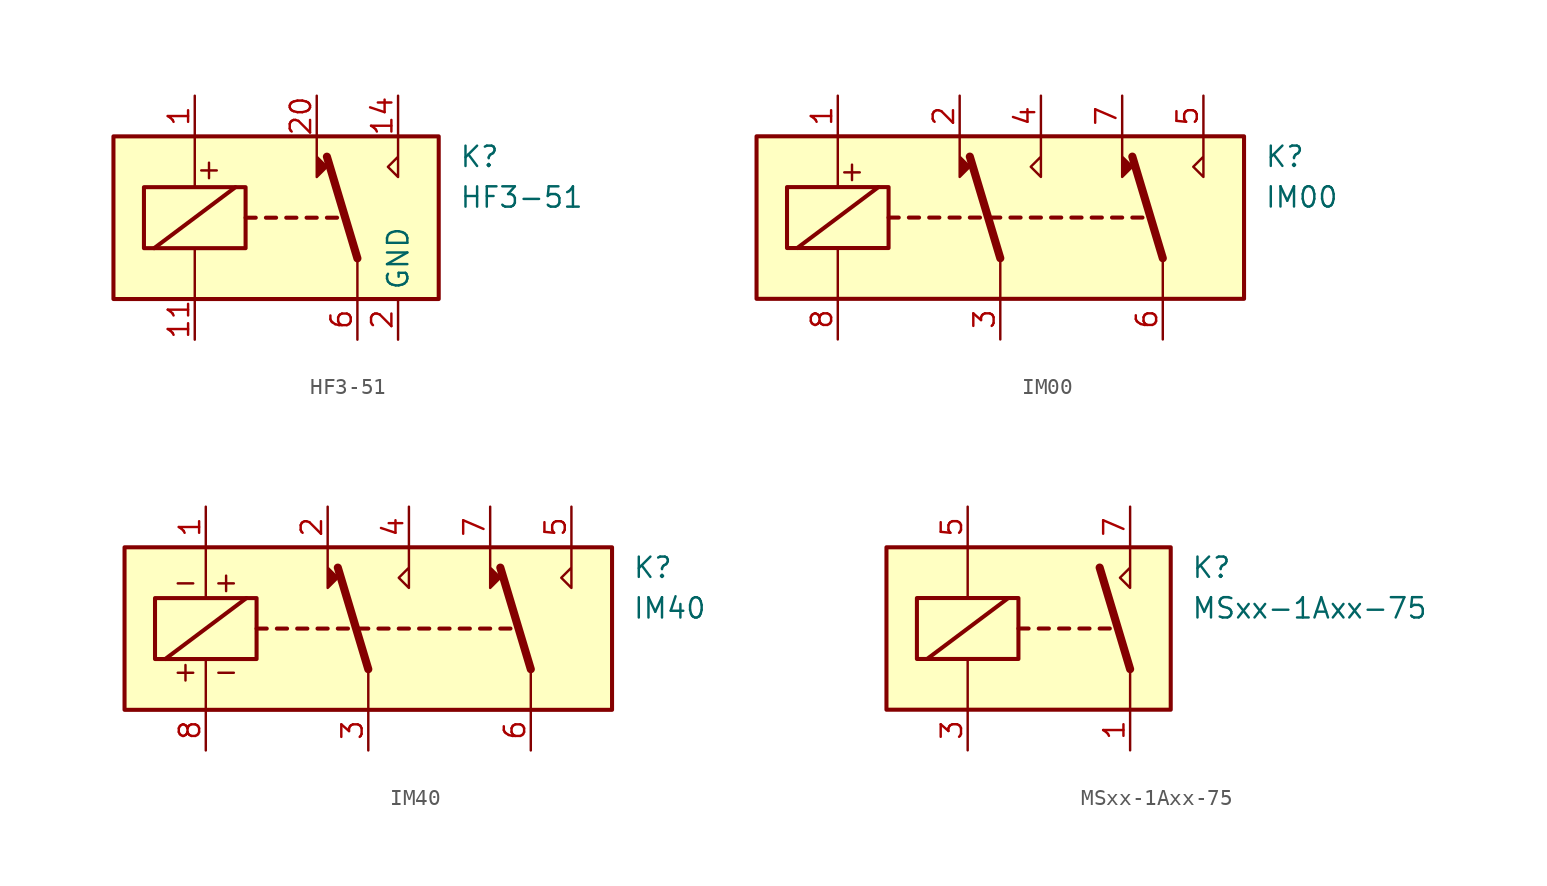
<source format=kicad_sym>
(kicad_symbol_lib
  (version 20211014)
  (generator kicad_symbol_editor)
  (symbol "HF3-51"
    (property "Reference" "K"
      (at 11.43 3.81 0)
      (effects (font (size 1.27 1.27)) (justify left)))
    (property "Value" "HF3-51"
      (at 11.43 1.27 0)
      (effects (font (size 1.27 1.27)) (justify left)))
    (symbol "HF3-51_0_0"
      (polyline (pts (xy 7.62 5.08) (xy 7.62 2.54) (xy 6.985 3.175) (xy 7.62 3.81)) (stroke (width 0) (type default) (color 0 0 0 0)) (fill (type none)))
      (text "+" (at -4.191 3.048 0) (effects (font (size 1.27 1.27)))))
    (symbol "HF3-51_0_1"
      (rectangle (start -10.16 5.08) (end 10.16 -5.08) (stroke (width 0.254) (type default) (color 0 0 0 0)) (fill (type background)))
      (rectangle (start -8.255 1.905) (end -1.905 -1.905) (stroke (width 0.254) (type default) (color 0 0 0 0)) (fill (type none)))
      (polyline (pts (xy -7.62 -1.905) (xy -2.54 1.905)) (stroke (width 0.254) (type default) (color 0 0 0 0)) (fill (type none)))
      (polyline (pts (xy -5.08 -5.08) (xy -5.08 -1.905)) (stroke (width 0) (type default) (color 0 0 0 0)) (fill (type none)))
      (polyline (pts (xy -5.08 5.08) (xy -5.08 1.905)) (stroke (width 0) (type default) (color 0 0 0 0)) (fill (type none)))
      (polyline (pts (xy -1.905 0) (xy -1.27 0)) (stroke (width 0.254) (type default) (color 0 0 0 0)) (fill (type none)))
      (polyline (pts (xy -0.635 0) (xy 0 0)) (stroke (width 0.254) (type default) (color 0 0 0 0)) (fill (type none)))
      (polyline (pts (xy 0.635 0) (xy 1.27 0)) (stroke (width 0.254) (type default) (color 0 0 0 0)) (fill (type none)))
      (polyline (pts (xy 1.905 0) (xy 2.54 0)) (stroke (width 0.254) (type default) (color 0 0 0 0)) (fill (type none)))
      (polyline (pts (xy 3.175 0) (xy 3.81 0)) (stroke (width 0.254) (type default) (color 0 0 0 0)) (fill (type none)))
      (polyline (pts (xy 5.08 -2.54) (xy 3.175 3.81)) (stroke (width 0.508) (type default) (color 0 0 0 0)) (fill (type none)))
      (polyline (pts (xy 5.08 -2.54) (xy 5.08 -5.08)) (stroke (width 0) (type default) (color 0 0 0 0)) (fill (type none)))
      (polyline (pts (xy 2.54 5.08) (xy 2.54 2.54) (xy 3.175 3.175) (xy 2.54 3.81)) (stroke (width 0) (type default) (color 0 0 0 0)) (fill (type outline))))
    (symbol "HF3-51_1_1"
      (pin passive line (at -5.08 7.62 270) (length 2.54) (name "~" (effects (font (size 1.27 1.27)))) (number "1" (effects (font (size 1.27 1.27)))))
      (pin passive line (at 7.62 -7.62 90) (length 2.54) hide (name "GND" (effects (font (size 1.27 1.27)))) (number "10" (effects (font (size 1.27 1.27)))))
      (pin passive line (at -5.08 -7.62 90) (length 2.54) (name "~" (effects (font (size 1.27 1.27)))) (number "11" (effects (font (size 1.27 1.27)))))
      (pin passive line (at 7.62 -7.62 90) (length 2.54) hide (name "GND" (effects (font (size 1.27 1.27)))) (number "12" (effects (font (size 1.27 1.27)))))
      (pin passive line (at 7.62 -7.62 90) (length 2.54) hide (name "GND" (effects (font (size 1.27 1.27)))) (number "13" (effects (font (size 1.27 1.27)))))
      (pin passive line (at 7.62 7.62 270) (length 2.54) (name "~" (effects (font (size 1.27 1.27)))) (number "14" (effects (font (size 1.27 1.27)))))
      (pin passive line (at 7.62 -7.62 90) (length 2.54) hide (name "GND" (effects (font (size 1.27 1.27)))) (number "15" (effects (font (size 1.27 1.27)))))
      (pin passive line (at 7.62 -7.62 90) (length 2.54) hide (name "GND" (effects (font (size 1.27 1.27)))) (number "17" (effects (font (size 1.27 1.27)))))
      (pin passive line (at 7.62 -7.62 90) (length 2.54) hide (name "GND" (effects (font (size 1.27 1.27)))) (number "19" (effects (font (size 1.27 1.27)))))
      (pin power_in line (at 7.62 -7.62 90) (length 2.54) (name "GND" (effects (font (size 1.27 1.27)))) (number "2" (effects (font (size 1.27 1.27)))))
      (pin passive line (at 2.54 7.62 270) (length 2.54) (name "~" (effects (font (size 1.27 1.27)))) (number "20" (effects (font (size 1.27 1.27)))))
      (pin passive line (at 7.62 -7.62 90) (length 2.54) hide (name "GND" (effects (font (size 1.27 1.27)))) (number "21" (effects (font (size 1.27 1.27)))))
      (pin passive line (at 7.62 -7.62 90) (length 2.54) hide (name "GND" (effects (font (size 1.27 1.27)))) (number "22" (effects (font (size 1.27 1.27)))))
      (pin passive line (at 7.62 -7.62 90) (length 2.54) hide (name "GND" (effects (font (size 1.27 1.27)))) (number "5" (effects (font (size 1.27 1.27)))))
      (pin passive line (at 5.08 -7.62 90) (length 2.54) (name "~" (effects (font (size 1.27 1.27)))) (number "6" (effects (font (size 1.27 1.27)))))
      (pin passive line (at 7.62 -7.62 90) (length 2.54) hide (name "GND" (effects (font (size 1.27 1.27)))) (number "7" (effects (font (size 1.27 1.27)))))))
  (symbol "IM00"
    (property "Reference" "K"
      (at 16.51 3.81 0)
      (effects (font (size 1.27 1.27)) (justify left)))
    (property "Value" "IM00"
      (at 16.51 1.27 0)
      (effects (font (size 1.27 1.27)) (justify left)))
    (symbol "IM00_0_0"
      (text "+" (at -9.271 2.921 0) (effects (font (size 1.27 1.27)))))
    (symbol "IM00_0_1"
      (rectangle (start -15.24 5.08) (end 15.24 -5.08) (stroke (width 0.254) (type default) (color 0 0 0 0)) (fill (type background)))
      (rectangle (start -13.335 1.905) (end -6.985 -1.905) (stroke (width 0.254) (type default) (color 0 0 0 0)) (fill (type none)))
      (polyline (pts (xy -12.7 -1.905) (xy -7.62 1.905)) (stroke (width 0.254) (type default) (color 0 0 0 0)) (fill (type none)))
      (polyline (pts (xy -10.16 -5.08) (xy -10.16 -1.905)) (stroke (width 0) (type default) (color 0 0 0 0)) (fill (type none)))
      (polyline (pts (xy -10.16 5.08) (xy -10.16 1.905)) (stroke (width 0) (type default) (color 0 0 0 0)) (fill (type none)))
      (polyline (pts (xy -6.985 0) (xy -6.35 0)) (stroke (width 0.254) (type default) (color 0 0 0 0)) (fill (type none)))
      (polyline (pts (xy -5.715 0) (xy -5.08 0)) (stroke (width 0.254) (type default) (color 0 0 0 0)) (fill (type none)))
      (polyline (pts (xy -4.445 0) (xy -3.81 0)) (stroke (width 0.254) (type default) (color 0 0 0 0)) (fill (type none)))
      (polyline (pts (xy -3.175 0) (xy -2.54 0)) (stroke (width 0.254) (type default) (color 0 0 0 0)) (fill (type none)))
      (polyline (pts (xy -1.905 0) (xy -1.27 0)) (stroke (width 0.254) (type default) (color 0 0 0 0)) (fill (type none)))
      (polyline (pts (xy -0.635 0) (xy 0 0)) (stroke (width 0.254) (type default) (color 0 0 0 0)) (fill (type none)))
      (polyline (pts (xy 0 -2.54) (xy -1.905 3.81)) (stroke (width 0.508) (type default) (color 0 0 0 0)) (fill (type none)))
      (polyline (pts (xy 0 -2.54) (xy 0 -5.08)) (stroke (width 0) (type default) (color 0 0 0 0)) (fill (type none)))
      (polyline (pts (xy 0.635 0) (xy 1.27 0)) (stroke (width 0.254) (type default) (color 0 0 0 0)) (fill (type none)))
      (polyline (pts (xy 1.905 0) (xy 2.54 0)) (stroke (width 0.254) (type default) (color 0 0 0 0)) (fill (type none)))
      (polyline (pts (xy 3.175 0) (xy 3.81 0)) (stroke (width 0.254) (type default) (color 0 0 0 0)) (fill (type none)))
      (polyline (pts (xy 4.445 0) (xy 5.08 0)) (stroke (width 0.254) (type default) (color 0 0 0 0)) (fill (type none)))
      (polyline (pts (xy 5.715 0) (xy 6.35 0)) (stroke (width 0.254) (type default) (color 0 0 0 0)) (fill (type none)))
      (polyline (pts (xy 6.985 0) (xy 7.62 0)) (stroke (width 0.254) (type default) (color 0 0 0 0)) (fill (type none)))
      (polyline (pts (xy 8.255 0) (xy 8.89 0)) (stroke (width 0.254) (type default) (color 0 0 0 0)) (fill (type none)))
      (polyline (pts (xy 10.16 -2.54) (xy 8.255 3.81)) (stroke (width 0.508) (type default) (color 0 0 0 0)) (fill (type none)))
      (polyline (pts (xy 10.16 -2.54) (xy 10.16 -5.08)) (stroke (width 0) (type default) (color 0 0 0 0)) (fill (type none)))
      (polyline (pts (xy -2.54 5.08) (xy -2.54 2.54) (xy -1.905 3.175) (xy -2.54 3.81)) (stroke (width 0) (type default) (color 0 0 0 0)) (fill (type outline)))
      (polyline (pts (xy 2.54 5.08) (xy 2.54 2.54) (xy 1.905 3.175) (xy 2.54 3.81)) (stroke (width 0) (type default) (color 0 0 0 0)) (fill (type none)))
      (polyline (pts (xy 7.62 5.08) (xy 7.62 2.54) (xy 8.255 3.175) (xy 7.62 3.81)) (stroke (width 0) (type default) (color 0 0 0 0)) (fill (type outline)))
      (polyline (pts (xy 12.7 5.08) (xy 12.7 2.54) (xy 12.065 3.175) (xy 12.7 3.81)) (stroke (width 0) (type default) (color 0 0 0 0)) (fill (type none))))
    (symbol "IM00_1_1"
      (pin passive line (at -10.16 7.62 270) (length 2.54) (name "~" (effects (font (size 1.27 1.27)))) (number "1" (effects (font (size 1.27 1.27)))))
      (pin passive line (at -2.54 7.62 270) (length 2.54) (name "~" (effects (font (size 1.27 1.27)))) (number "2" (effects (font (size 1.27 1.27)))))
      (pin passive line (at 0 -7.62 90) (length 2.54) (name "~" (effects (font (size 1.27 1.27)))) (number "3" (effects (font (size 1.27 1.27)))))
      (pin passive line (at 2.54 7.62 270) (length 2.54) (name "~" (effects (font (size 1.27 1.27)))) (number "4" (effects (font (size 1.27 1.27)))))
      (pin passive line (at 12.7 7.62 270) (length 2.54) (name "~" (effects (font (size 1.27 1.27)))) (number "5" (effects (font (size 1.27 1.27)))))
      (pin passive line (at 10.16 -7.62 90) (length 2.54) (name "~" (effects (font (size 1.27 1.27)))) (number "6" (effects (font (size 1.27 1.27)))))
      (pin passive line (at 7.62 7.62 270) (length 2.54) (name "~" (effects (font (size 1.27 1.27)))) (number "7" (effects (font (size 1.27 1.27)))))
      (pin passive line (at -10.16 -7.62 90) (length 2.54) (name "~" (effects (font (size 1.27 1.27)))) (number "8" (effects (font (size 1.27 1.27)))))))
  (symbol "IM40"
    (property "Reference" "K"
      (at 16.51 3.81 0)
      (effects (font (size 1.27 1.27)) (justify left)))
    (property "Value" "IM40"
      (at 16.51 1.27 0)
      (effects (font (size 1.27 1.27)) (justify left)))
    (symbol "IM40_0_0"
      (text "+ -" (at -10.16 -2.667 0) (effects (font (size 1.27 1.27))))
      (text "- +" (at -10.16 2.921 0) (effects (font (size 1.27 1.27)))))
    (symbol "IM40_0_1"
      (rectangle (start -15.24 5.08) (end 15.24 -5.08) (stroke (width 0.254) (type default) (color 0 0 0 0)) (fill (type background)))
      (rectangle (start -13.335 1.905) (end -6.985 -1.905) (stroke (width 0.254) (type default) (color 0 0 0 0)) (fill (type none)))
      (polyline (pts (xy -12.7 -1.905) (xy -7.62 1.905)) (stroke (width 0.254) (type default) (color 0 0 0 0)) (fill (type none)))
      (polyline (pts (xy -10.16 -5.08) (xy -10.16 -1.905)) (stroke (width 0) (type default) (color 0 0 0 0)) (fill (type none)))
      (polyline (pts (xy -10.16 5.08) (xy -10.16 1.905)) (stroke (width 0) (type default) (color 0 0 0 0)) (fill (type none)))
      (polyline (pts (xy -6.985 0) (xy -6.35 0)) (stroke (width 0.254) (type default) (color 0 0 0 0)) (fill (type none)))
      (polyline (pts (xy -5.715 0) (xy -5.08 0)) (stroke (width 0.254) (type default) (color 0 0 0 0)) (fill (type none)))
      (polyline (pts (xy -4.445 0) (xy -3.81 0)) (stroke (width 0.254) (type default) (color 0 0 0 0)) (fill (type none)))
      (polyline (pts (xy -3.175 0) (xy -2.54 0)) (stroke (width 0.254) (type default) (color 0 0 0 0)) (fill (type none)))
      (polyline (pts (xy -1.905 0) (xy -1.27 0)) (stroke (width 0.254) (type default) (color 0 0 0 0)) (fill (type none)))
      (polyline (pts (xy -0.635 0) (xy 0 0)) (stroke (width 0.254) (type default) (color 0 0 0 0)) (fill (type none)))
      (polyline (pts (xy 0 -2.54) (xy -1.905 3.81)) (stroke (width 0.508) (type default) (color 0 0 0 0)) (fill (type none)))
      (polyline (pts (xy 0 -2.54) (xy 0 -5.08)) (stroke (width 0) (type default) (color 0 0 0 0)) (fill (type none)))
      (polyline (pts (xy 0.635 0) (xy 1.27 0)) (stroke (width 0.254) (type default) (color 0 0 0 0)) (fill (type none)))
      (polyline (pts (xy 1.905 0) (xy 2.54 0)) (stroke (width 0.254) (type default) (color 0 0 0 0)) (fill (type none)))
      (polyline (pts (xy 3.175 0) (xy 3.81 0)) (stroke (width 0.254) (type default) (color 0 0 0 0)) (fill (type none)))
      (polyline (pts (xy 4.445 0) (xy 5.08 0)) (stroke (width 0.254) (type default) (color 0 0 0 0)) (fill (type none)))
      (polyline (pts (xy 5.715 0) (xy 6.35 0)) (stroke (width 0.254) (type default) (color 0 0 0 0)) (fill (type none)))
      (polyline (pts (xy 6.985 0) (xy 7.62 0)) (stroke (width 0.254) (type default) (color 0 0 0 0)) (fill (type none)))
      (polyline (pts (xy 8.255 0) (xy 8.89 0)) (stroke (width 0.254) (type default) (color 0 0 0 0)) (fill (type none)))
      (polyline (pts (xy 10.16 -2.54) (xy 8.255 3.81)) (stroke (width 0.508) (type default) (color 0 0 0 0)) (fill (type none)))
      (polyline (pts (xy 10.16 -2.54) (xy 10.16 -5.08)) (stroke (width 0) (type default) (color 0 0 0 0)) (fill (type none)))
      (polyline (pts (xy -2.54 5.08) (xy -2.54 2.54) (xy -1.905 3.175) (xy -2.54 3.81)) (stroke (width 0) (type default) (color 0 0 0 0)) (fill (type outline)))
      (polyline (pts (xy 2.54 5.08) (xy 2.54 2.54) (xy 1.905 3.175) (xy 2.54 3.81)) (stroke (width 0) (type default) (color 0 0 0 0)) (fill (type none)))
      (polyline (pts (xy 7.62 5.08) (xy 7.62 2.54) (xy 8.255 3.175) (xy 7.62 3.81)) (stroke (width 0) (type default) (color 0 0 0 0)) (fill (type outline)))
      (polyline (pts (xy 12.7 5.08) (xy 12.7 2.54) (xy 12.065 3.175) (xy 12.7 3.81)) (stroke (width 0) (type default) (color 0 0 0 0)) (fill (type none))))
    (symbol "IM40_1_1"
      (pin passive line (at -10.16 7.62 270) (length 2.54) (name "~" (effects (font (size 1.27 1.27)))) (number "1" (effects (font (size 1.27 1.27)))))
      (pin passive line (at -2.54 7.62 270) (length 2.54) (name "~" (effects (font (size 1.27 1.27)))) (number "2" (effects (font (size 1.27 1.27)))))
      (pin passive line (at 0 -7.62 90) (length 2.54) (name "~" (effects (font (size 1.27 1.27)))) (number "3" (effects (font (size 1.27 1.27)))))
      (pin passive line (at 2.54 7.62 270) (length 2.54) (name "~" (effects (font (size 1.27 1.27)))) (number "4" (effects (font (size 1.27 1.27)))))
      (pin passive line (at 12.7 7.62 270) (length 2.54) (name "~" (effects (font (size 1.27 1.27)))) (number "5" (effects (font (size 1.27 1.27)))))
      (pin passive line (at 10.16 -7.62 90) (length 2.54) (name "~" (effects (font (size 1.27 1.27)))) (number "6" (effects (font (size 1.27 1.27)))))
      (pin passive line (at 7.62 7.62 270) (length 2.54) (name "~" (effects (font (size 1.27 1.27)))) (number "7" (effects (font (size 1.27 1.27)))))
      (pin passive line (at -10.16 -7.62 90) (length 2.54) (name "~" (effects (font (size 1.27 1.27)))) (number "8" (effects (font (size 1.27 1.27)))))))
  (symbol "MSxx-1Axx-75"
    (property "Reference" "K"
      (at 8.89 3.81 0)
      (effects (font (size 1.27 1.27)) (justify left)))
    (property "Value" "MSxx-1Axx-75"
      (at 8.89 1.27 0)
      (effects (font (size 1.27 1.27)) (justify left)))
    (symbol "MSxx-1Axx-75_0_0"
      (polyline (pts (xy 5.08 5.08) (xy 5.08 2.54) (xy 4.445 3.175) (xy 5.08 3.81)) (stroke (width 0) (type default) (color 0 0 0 0)) (fill (type none))))
    (symbol "MSxx-1Axx-75_0_1"
      (rectangle (start -10.16 5.08) (end 7.62 -5.08) (stroke (width 0.254) (type default) (color 0 0 0 0)) (fill (type background)))
      (rectangle (start -8.255 1.905) (end -1.905 -1.905) (stroke (width 0.254) (type default) (color 0 0 0 0)) (fill (type none)))
      (polyline (pts (xy -7.62 -1.905) (xy -2.54 1.905)) (stroke (width 0.254) (type default) (color 0 0 0 0)) (fill (type none)))
      (polyline (pts (xy -5.08 -5.08) (xy -5.08 -1.905)) (stroke (width 0) (type default) (color 0 0 0 0)) (fill (type none)))
      (polyline (pts (xy -5.08 5.08) (xy -5.08 1.905)) (stroke (width 0) (type default) (color 0 0 0 0)) (fill (type none)))
      (polyline (pts (xy -1.905 0) (xy -1.27 0)) (stroke (width 0.254) (type default) (color 0 0 0 0)) (fill (type none)))
      (polyline (pts (xy -0.635 0) (xy 0 0)) (stroke (width 0.254) (type default) (color 0 0 0 0)) (fill (type none)))
      (polyline (pts (xy 0.635 0) (xy 1.27 0)) (stroke (width 0.254) (type default) (color 0 0 0 0)) (fill (type none)))
      (polyline (pts (xy 1.905 0) (xy 2.54 0)) (stroke (width 0.254) (type default) (color 0 0 0 0)) (fill (type none)))
      (polyline (pts (xy 3.175 0) (xy 3.81 0)) (stroke (width 0.254) (type default) (color 0 0 0 0)) (fill (type none)))
      (polyline (pts (xy 5.08 -2.54) (xy 3.175 3.81)) (stroke (width 0.508) (type default) (color 0 0 0 0)) (fill (type none)))
      (polyline (pts (xy 5.08 -2.54) (xy 5.08 -5.08)) (stroke (width 0) (type default) (color 0 0 0 0)) (fill (type none))))
    (symbol "MSxx-1Axx-75_1_1"
      (pin passive line (at 5.08 -7.62 90) (length 2.54) (name "~" (effects (font (size 1.27 1.27)))) (number "1" (effects (font (size 1.27 1.27)))))
      (pin passive line (at -5.08 -7.62 90) (length 2.54) (name "~" (effects (font (size 1.27 1.27)))) (number "3" (effects (font (size 1.27 1.27)))))
      (pin passive line (at -5.08 7.62 270) (length 2.54) (name "~" (effects (font (size 1.27 1.27)))) (number "5" (effects (font (size 1.27 1.27)))))
      (pin passive line (at 5.08 7.62 270) (length 2.54) (name "~" (effects (font (size 1.27 1.27)))) (number "7" (effects (font (size 1.27 1.27))))))))
</source>
